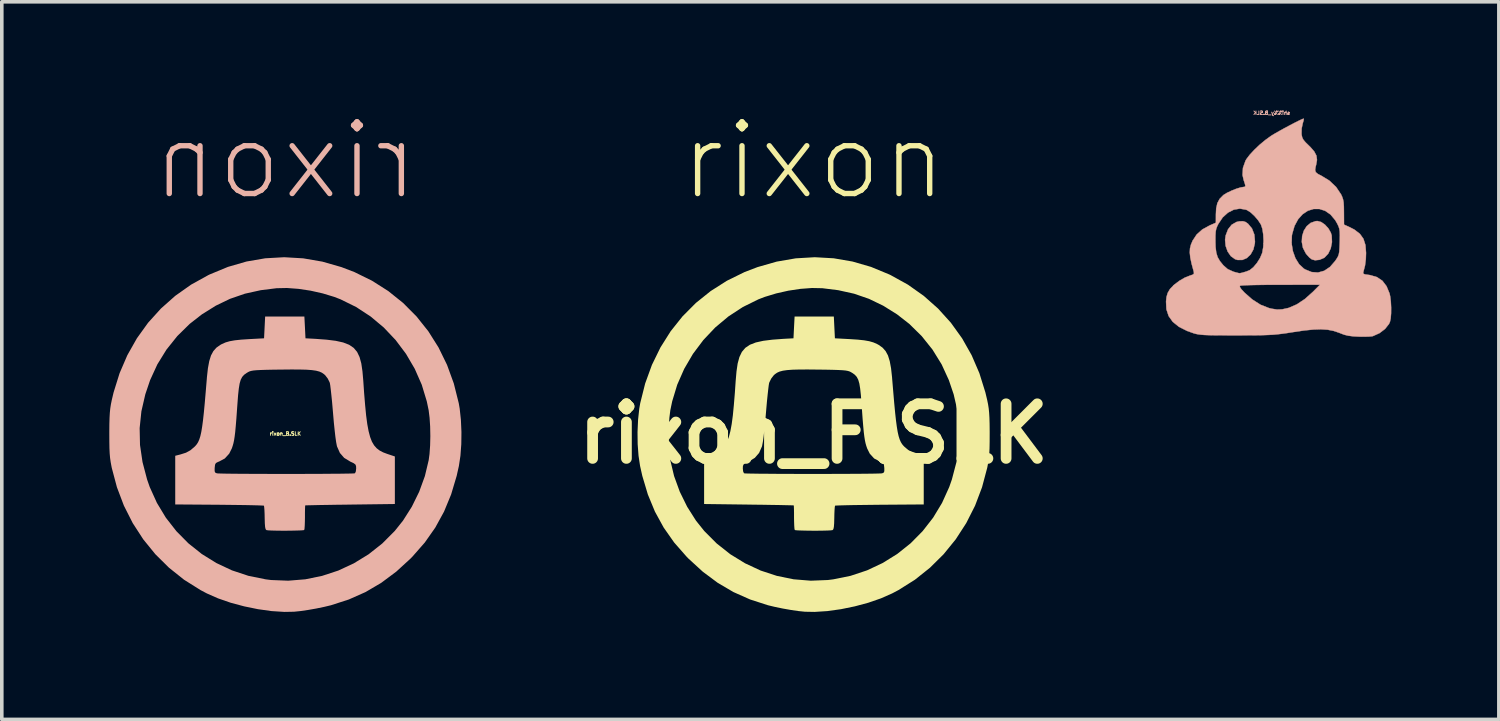
<source format=kicad_pcb>
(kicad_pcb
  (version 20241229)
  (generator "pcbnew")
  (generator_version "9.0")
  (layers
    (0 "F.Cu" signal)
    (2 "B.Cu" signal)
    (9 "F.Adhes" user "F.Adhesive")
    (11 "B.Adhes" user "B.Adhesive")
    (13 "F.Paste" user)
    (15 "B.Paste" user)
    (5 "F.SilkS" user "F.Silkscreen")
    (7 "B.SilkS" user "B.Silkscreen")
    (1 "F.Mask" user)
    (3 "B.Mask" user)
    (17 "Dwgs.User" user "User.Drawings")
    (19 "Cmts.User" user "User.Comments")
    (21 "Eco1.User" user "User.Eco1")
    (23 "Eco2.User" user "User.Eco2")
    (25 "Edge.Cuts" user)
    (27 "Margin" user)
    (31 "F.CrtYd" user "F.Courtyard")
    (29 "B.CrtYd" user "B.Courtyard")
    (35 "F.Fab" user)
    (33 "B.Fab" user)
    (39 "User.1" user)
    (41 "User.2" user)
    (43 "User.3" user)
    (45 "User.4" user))
  (footprint "shi%%y_B.SLK"
    (layer "F.Cu")
    (at 32.562 3.15)
    (property "Reference" "shi%%y_B.SLK" (at -0.127 -3.048 0) (layer "B.SilkS") (effects (font (size 0.1 0.1) (thickness 0.025)) (justify mirror)))
    (attr smd)
    (fp_poly (pts (xy -0.853 -0.005) (xy -0.784 0.044) (xy -0.674 0.177) (xy -0.608 0.347) (xy -0.591 0.543) (xy -0.595 0.593) (xy -0.635 0.762) (xy -0.712 0.9) (xy -0.817 1) (xy -0.941 1.054) (xy -1.075 1.055) (xy -1.148 1.032) (xy -1.264 0.948) (xy -1.353 0.82) (xy -1.409 0.663) (xy -1.425 0.492) (xy -1.408 0.371) (xy -1.342 0.199) (xy -1.241 0.072) (xy -1.109 -0.005) (xy -1.027 -0.023) (xy -0.926 -0.027) (xy -0.853 -0.005)) (stroke (width 0.01) (type solid)) (fill yes) (layer "B.SilkS"))
    (fp_poly (pts (xy 1.257 -0.004) (xy 1.363 0.07) (xy 1.458 0.174) (xy 1.526 0.293) (xy 1.55 0.373) (xy 1.558 0.557) (xy 1.524 0.731) (xy 1.453 0.879) (xy 1.351 0.987) (xy 1.338 0.995) (xy 1.212 1.05) (xy 1.086 1.063) (xy 0.997 1.039) (xy 0.932 0.99) (xy 0.858 0.91) (xy 0.825 0.866) (xy 0.747 0.713) (xy 0.716 0.55) (xy 0.726 0.388) (xy 0.773 0.238) (xy 0.854 0.111) (xy 0.965 0.019) (xy 1.101 -0.028) (xy 1.154 -0.032) (xy 1.257 -0.004)) (stroke (width 0.01) (type solid)) (fill yes) (layer "B.SilkS"))
    (fp_poly (pts (xy 0.726 -2.875) (xy 0.64 -2.835) (xy 0.522 -2.776) (xy 0.385 -2.704) (xy 0.239 -2.627) (xy 0.097 -2.548) (xy -0.03 -2.476) (xy -0.129 -2.416) (xy -0.146 -2.405) (xy -0.301 -2.293) (xy -0.46 -2.161) (xy -0.609 -2.019) (xy -0.736 -1.882) (xy -0.828 -1.761) (xy -0.854 -1.717) (xy -0.926 -1.515) (xy -0.938 -1.317) (xy -0.906 -1.175) (xy -0.872 -1.072) (xy -0.859 -1.014) (xy -0.869 -0.99) (xy -0.899 -0.984) (xy -0.902 -0.984) (xy -0.992 -0.969) (xy -1.115 -0.931) (xy -1.249 -0.877) (xy -1.373 -0.818) (xy -1.467 -0.76) (xy -1.475 -0.753) (xy -1.576 -0.651) (xy -1.64 -0.532) (xy -1.673 -0.383) (xy -1.681 -0.215) (xy -1.682 0.016) (xy -1.851 0.089) (xy -2.06 0.203) (xy -2.218 0.345) (xy -2.329 0.514) (xy -2.377 0.625) (xy -2.404 0.733) (xy -2.41 0.85) (xy -2.395 0.99) (xy -2.358 1.163) (xy -2.298 1.384) (xy -2.298 1.387) (xy -2.293 1.434) (xy -2.325 1.464) (xy -2.4 1.489) (xy -2.547 1.547) (xy -2.703 1.638) (xy -2.846 1.746) (xy -2.954 1.857) (xy -2.969 1.876) (xy -3.027 1.977) (xy -3.059 2.087) (xy -3.072 2.211) (xy -3.062 2.43) (xy -3 2.619) (xy -2.884 2.782) (xy -2.712 2.92) (xy -2.484 3.035) (xy -2.299 3.101) (xy -2.24 3.117) (xy -2.175 3.13) (xy -2.097 3.14) (xy -1.998 3.148) (xy -1.871 3.153) (xy -1.707 3.156) (xy -1.5 3.157) (xy -1.24 3.158) (xy -1.093 3.158) (xy -0.806 3.157) (xy -0.572 3.156) (xy -0.381 3.153) (xy -0.221 3.147) (xy -0.083 3.14) (xy 0.044 3.128) (xy 0.171 3.113) (xy 0.307 3.094) (xy 0.464 3.069) (xy 0.478 3.067) (xy 0.783 3.022) (xy 1.038 2.996) (xy 1.252 2.989) (xy 1.436 3.001) (xy 1.6 3.033) (xy 1.753 3.084) (xy 1.78 3.095) (xy 1.898 3.14) (xy 2.012 3.168) (xy 2.144 3.185) (xy 2.304 3.194) (xy 2.448 3.196) (xy 2.577 3.193) (xy 2.67 3.185) (xy 2.701 3.179) (xy 2.887 3.095) (xy 3.04 2.978) (xy 3.148 2.841) (xy 3.176 2.781) (xy 3.197 2.683) (xy 3.208 2.543) (xy 3.209 2.382) (xy 3.201 2.218) (xy 3.183 2.073) (xy 3.165 1.989) (xy 3.08 1.785) (xy 3.05 1.746) (xy 1.223 1.746) (xy 1.024 1.946) (xy 0.802 2.144) (xy 0.576 2.294) (xy 0.358 2.389) (xy 0.329 2.397) (xy 0.169 2.432) (xy 0.028 2.438) (xy -0.125 2.415) (xy -0.199 2.397) (xy -0.432 2.306) (xy -0.667 2.156) (xy -0.88 1.968) (xy -0.969 1.873) (xy -1.011 1.811) (xy -1.012 1.778) (xy -1.007 1.773) (xy -0.967 1.767) (xy -0.87 1.761) (xy -0.726 1.756) (xy -0.541 1.752) (xy -0.322 1.749) (xy -0.079 1.747) (xy 0.128 1.747) (xy 1.223 1.746) (xy 3.05 1.746) (xy 2.965 1.635) (xy 2.815 1.534) (xy 2.623 1.477) (xy 2.573 1.47) (xy 2.48 1.457) (xy 2.436 1.439) (xy 2.429 1.408) (xy 2.435 1.385) (xy 2.48 1.212) (xy 2.503 1.033) (xy 2.509 0.857) (xy 2.492 0.639) (xy 2.436 0.464) (xy 2.365 0.364) (xy 1.778 0.364) (xy 1.776 0.511) (xy 1.775 0.556) (xy 1.769 0.712) (xy 1.762 0.821) (xy 1.748 0.899) (xy 1.724 0.962) (xy 1.685 1.027) (xy 1.646 1.084) (xy 1.503 1.249) (xy 1.342 1.357) (xy 1.169 1.405) (xy 0.99 1.392) (xy 0.809 1.318) (xy 0.773 1.296) (xy 0.642 1.174) (xy 0.538 1.006) (xy 0.467 0.808) (xy 0.432 0.594) (xy 0.435 0.519) (xy -0.351 0.519) (xy -0.36 0.694) (xy -0.386 0.846) (xy -0.39 0.861) (xy -0.448 0.999) (xy -0.535 1.138) (xy -0.636 1.258) (xy -0.736 1.338) (xy -0.739 1.339) (xy -0.831 1.377) (xy -0.952 1.412) (xy -1.016 1.425) (xy -1.054 1.419) (xy -1.133 1.399) (xy -1.195 1.381) (xy -1.352 1.31) (xy -1.474 1.203) (xy -1.569 1.086) (xy -1.633 0.975) (xy -1.671 0.85) (xy -1.69 0.695) (xy -1.695 0.524) (xy -1.694 0.371) (xy -1.687 0.263) (xy -1.671 0.181) (xy -1.642 0.106) (xy -1.611 0.045) (xy -1.491 -0.134) (xy -1.345 -0.266) (xy -1.182 -0.349) (xy -1.011 -0.378) (xy -0.841 -0.348) (xy -0.815 -0.338) (xy -0.717 -0.277) (xy -0.608 -0.177) (xy -0.505 -0.057) (xy -0.425 0.065) (xy -0.423 0.07) (xy -0.384 0.186) (xy -0.36 0.342) (xy -0.351 0.519) (xy 0.435 0.519) (xy 0.439 0.377) (xy 0.447 0.332) (xy 0.513 0.104) (xy 0.613 -0.081) (xy 0.74 -0.223) (xy 0.887 -0.32) (xy 1.045 -0.368) (xy 1.208 -0.368) (xy 1.368 -0.317) (xy 1.517 -0.214) (xy 1.649 -0.056) (xy 1.705 0.041) (xy 1.74 0.115) (xy 1.763 0.183) (xy 1.775 0.261) (xy 1.778 0.364) (xy 2.365 0.364) (xy 2.335 0.324) (xy 2.183 0.207) (xy 2.034 0.131) (xy 1.894 0.068) (xy 1.892 -0.276) (xy 1.89 -0.436) (xy 1.883 -0.551) (xy 1.867 -0.637) (xy 1.841 -0.713) (xy 1.812 -0.775) (xy 1.673 -0.982) (xy 1.486 -1.159) (xy 1.275 -1.288) (xy 1.166 -1.345) (xy 1.106 -1.395) (xy 1.088 -1.455) (xy 1.101 -1.543) (xy 1.116 -1.6) (xy 1.14 -1.737) (xy 1.124 -1.857) (xy 1.063 -1.973) (xy 0.951 -2.101) (xy 0.916 -2.135) (xy 0.819 -2.23) (xy 0.76 -2.3) (xy 0.728 -2.363) (xy 0.712 -2.435) (xy 0.709 -2.468) (xy 0.712 -2.614) (xy 0.741 -2.753) (xy 0.741 -2.754) (xy 0.765 -2.834) (xy 0.772 -2.883) (xy 0.768 -2.889) (xy 0.726 -2.875)) (stroke (width 0.01) (type solid)) (fill yes) (layer "B.SilkS")))
  (footprint "rixon_F.SLK"
    (layer "F.Cu")
    (at 19.656 9.053)
    (property "Reference" "rixon_F.SLK" (at 0 0 0) (layer "F.SilkS") (effects (font (size 1.524 1.524) (thickness 0.3))))
    (attr board_only exclude_from_pos_files exclude_from_bom)
    (fp_poly (pts (xy 0.56 -4.895) (xy 1.083 -4.805) (xy 1.601 -4.655) (xy 2.111 -4.444) (xy 2.15 -4.425) (xy 2.631 -4.159) (xy 3.072 -3.847) (xy 3.472 -3.492) (xy 3.83 -3.096) (xy 4.142 -2.662) (xy 4.408 -2.192) (xy 4.625 -1.688) (xy 4.792 -1.153) (xy 4.842 -0.943) (xy 4.867 -0.82) (xy 4.885 -0.705) (xy 4.897 -0.585) (xy 4.905 -0.446) (xy 4.91 -0.276) (xy 4.912 -0.061) (xy 4.912 0) (xy 4.911 0.228) (xy 4.908 0.408) (xy 4.901 0.553) (xy 4.89 0.678) (xy 4.873 0.795) (xy 4.85 0.918) (xy 4.843 0.953) (xy 4.699 1.494) (xy 4.504 2.009) (xy 4.258 2.495) (xy 3.965 2.947) (xy 3.627 3.363) (xy 3.246 3.74) (xy 2.826 4.075) (xy 2.368 4.363) (xy 2.19 4.457) (xy 1.877 4.595) (xy 1.525 4.717) (xy 1.148 4.818) (xy 0.763 4.897) (xy 0.384 4.95) (xy 0.026 4.973) (xy -0.243 4.968) (xy -0.419 4.95) (xy -0.633 4.919) (xy -0.861 4.879) (xy -1.083 4.833) (xy -1.275 4.787) (xy -1.773 4.626) (xy -2.239 4.419) (xy -2.678 4.161) (xy -3.095 3.85) (xy -3.496 3.483) (xy -3.55 3.427) (xy -3.893 3.036) (xy -4.185 2.62) (xy -4.429 2.175) (xy -4.627 1.696) (xy -4.782 1.177) (xy -4.844 0.9) (xy -4.887 0.615) (xy -4.911 0.292) (xy -4.914 0.067) (xy -4.047 0.067) (xy -4.041 0.328) (xy -4.024 0.567) (xy -4.001 0.738) (xy -3.895 1.182) (xy -3.736 1.619) (xy -3.53 2.038) (xy -3.284 2.426) (xy -3.053 2.715) (xy -2.706 3.063) (xy -2.324 3.365) (xy -1.913 3.617) (xy -1.479 3.819) (xy -1.025 3.968) (xy -0.558 4.063) (xy -0.082 4.102) (xy 0.398 4.083) (xy 0.548 4.064) (xy 1.03 3.966) (xy 1.491 3.813) (xy 1.926 3.608) (xy 2.332 3.356) (xy 2.705 3.059) (xy 3.04 2.72) (xy 3.334 2.343) (xy 3.583 1.931) (xy 3.784 1.487) (xy 3.857 1.278) (xy 3.985 0.791) (xy 4.055 0.314) (xy 4.065 -0.157) (xy 4.016 -0.626) (xy 3.907 -1.099) (xy 3.773 -1.495) (xy 3.571 -1.935) (xy 3.317 -2.346) (xy 3.014 -2.725) (xy 2.668 -3.065) (xy 2.327 -3.331) (xy 1.939 -3.573) (xy 1.543 -3.764) (xy 1.128 -3.907) (xy 0.685 -4.005) (xy 0.243 -4.06) (xy -0.046 -4.066) (xy -0.368 -4.042) (xy -0.707 -3.991) (xy -1.045 -3.915) (xy -1.364 -3.818) (xy -1.541 -3.75) (xy -1.975 -3.536) (xy -2.379 -3.272) (xy -2.748 -2.963) (xy -3.079 -2.613) (xy -3.368 -2.228) (xy -3.612 -1.811) (xy -3.807 -1.368) (xy -3.948 -0.903) (xy -4 -0.654) (xy -4.026 -0.445) (xy -4.042 -0.198) (xy -4.047 0.067) (xy -4.914 0.067) (xy -4.915 -0.049) (xy -4.9 -0.387) (xy -4.866 -0.702) (xy -4.84 -0.852) (xy -4.702 -1.402) (xy -4.513 -1.921) (xy -4.275 -2.408) (xy -3.99 -2.86) (xy -3.66 -3.274) (xy -3.287 -3.649) (xy -2.873 -3.981) (xy -2.42 -4.269) (xy -1.93 -4.51) (xy -1.567 -4.649) (xy -1.033 -4.802) (xy -0.499 -4.894) (xy 0.032 -4.925)) (stroke (width 0) (type solid)) (fill yes) (layer "F.SilkS"))
    (fp_poly (pts (xy 0.578 -2.966) (xy 0.593 -2.662) (xy 1.004 -2.64) (xy 1.231 -2.625) (xy 1.41 -2.606) (xy 1.551 -2.581) (xy 1.666 -2.548) (xy 1.767 -2.504) (xy 1.816 -2.477) (xy 1.923 -2.401) (xy 2.008 -2.305) (xy 2.074 -2.183) (xy 2.123 -2.025) (xy 2.16 -1.825) (xy 2.188 -1.572) (xy 2.19 -1.541) (xy 2.221 -1.171) (xy 2.248 -0.856) (xy 2.273 -0.592) (xy 2.297 -0.373) (xy 2.321 -0.193) (xy 2.345 -0.048) (xy 2.371 0.067) (xy 2.4 0.159) (xy 2.432 0.232) (xy 2.468 0.291) (xy 2.51 0.341) (xy 2.533 0.364) (xy 2.648 0.462) (xy 2.772 0.53) (xy 2.93 0.58) (xy 2.931 0.58) (xy 3.072 0.616) (xy 3.072 1.974) (xy 1.843 1.983) (xy 1.575 1.986) (xy 1.327 1.989) (xy 1.104 1.992) (xy 0.914 1.996) (xy 0.763 2) (xy 0.657 2.004) (xy 0.603 2.007) (xy 0.597 2.009) (xy 0.59 2.044) (xy 0.583 2.127) (xy 0.578 2.244) (xy 0.576 2.349) (xy 0.572 2.501) (xy 0.564 2.602) (xy 0.551 2.661) (xy 0.531 2.688) (xy 0.526 2.69) (xy 0.48 2.697) (xy 0.387 2.702) (xy 0.261 2.705) (xy 0.113 2.707) (xy -0.043 2.707) (xy -0.196 2.705) (xy -0.333 2.702) (xy -0.442 2.698) (xy -0.511 2.692) (xy -0.527 2.687) (xy -0.536 2.65) (xy -0.542 2.566) (xy -0.546 2.447) (xy -0.548 2.337) (xy -0.548 2.203) (xy -0.55 2.094) (xy -0.553 2.022) (xy -0.555 2.001) (xy -0.586 1.999) (xy -0.672 1.997) (xy -0.805 1.994) (xy -0.98 1.99) (xy -1.19 1.987) (xy -1.429 1.983) (xy -1.691 1.98) (xy -1.81 1.978) (xy -3.057 1.962) (xy -3.057 0.97) (xy -1.977 0.97) (xy -1.968 1.052) (xy -1.946 1.101) (xy -1.939 1.105) (xy -1.901 1.109) (xy -1.809 1.112) (xy -1.668 1.114) (xy -1.486 1.117) (xy -1.268 1.118) (xy -1.022 1.12) (xy -0.753 1.121) (xy -0.467 1.122) (xy -0.172 1.122) (xy 0.126 1.122) (xy 0.421 1.122) (xy 0.707 1.121) (xy 0.978 1.12) (xy 1.226 1.119) (xy 1.445 1.117) (xy 1.63 1.115) (xy 1.773 1.112) (xy 1.869 1.109) (xy 1.91 1.106) (xy 1.954 1.087) (xy 1.972 1.048) (xy 1.972 0.971) (xy 1.971 0.951) (xy 1.961 0.865) (xy 1.936 0.818) (xy 1.879 0.788) (xy 1.845 0.775) (xy 1.688 0.691) (xy 1.566 0.557) (xy 1.493 0.411) (xy 1.469 0.341) (xy 1.448 0.267) (xy 1.43 0.182) (xy 1.414 0.079) (xy 1.398 -0.05) (xy 1.383 -0.213) (xy 1.366 -0.417) (xy 1.348 -0.67) (xy 1.336 -0.836) (xy 1.318 -1.074) (xy 1.298 -1.259) (xy 1.275 -1.4) (xy 1.244 -1.506) (xy 1.203 -1.585) (xy 1.149 -1.645) (xy 1.079 -1.695) (xy 1.033 -1.722) (xy 0.995 -1.74) (xy 0.949 -1.753) (xy 0.887 -1.764) (xy 0.8 -1.772) (xy 0.682 -1.778) (xy 0.525 -1.783) (xy 0.32 -1.787) (xy 0.131 -1.789) (xy -0.161 -1.792) (xy -0.399 -1.791) (xy -0.59 -1.786) (xy -0.741 -1.775) (xy -0.859 -1.758) (xy -0.95 -1.734) (xy -1.021 -1.702) (xy -1.08 -1.661) (xy -1.114 -1.63) (xy -1.184 -1.539) (xy -1.235 -1.436) (xy -1.243 -1.413) (xy -1.254 -1.349) (xy -1.268 -1.235) (xy -1.285 -1.08) (xy -1.304 -0.895) (xy -1.322 -0.689) (xy -1.334 -0.548) (xy -1.354 -0.316) (xy -1.376 -0.103) (xy -1.397 0.083) (xy -1.418 0.231) (xy -1.437 0.331) (xy -1.443 0.356) (xy -1.523 0.537) (xy -1.642 0.674) (xy -1.807 0.775) (xy -1.816 0.78) (xy -1.907 0.823) (xy -1.955 0.858) (xy -1.974 0.903) (xy -1.977 0.97) (xy -3.057 0.97) (xy -3.057 0.635) (xy -2.845 0.564) (xy -2.731 0.521) (xy -2.633 0.47) (xy -2.549 0.406) (xy -2.478 0.325) (xy -2.417 0.222) (xy -2.367 0.092) (xy -2.324 -0.071) (xy -2.287 -0.27) (xy -2.255 -0.511) (xy -2.227 -0.8) (xy -2.199 -1.139) (xy -2.176 -1.475) (xy -2.153 -1.739) (xy -2.121 -1.959) (xy -2.072 -2.139) (xy -2.003 -2.283) (xy -1.907 -2.396) (xy -1.78 -2.482) (xy -1.615 -2.546) (xy -1.408 -2.592) (xy -1.153 -2.624) (xy -0.845 -2.647) (xy -0.715 -2.654) (xy -0.563 -2.662) (xy -0.548 -2.966) (xy -0.532 -3.27) (xy 0.563 -3.27)) (stroke (width 0) (type solid)) (fill yes) (layer "F.SilkS"))
    (fp_text user "rixon" (at 0 -7.62 0) (unlocked yes) (layer "F.SilkS") (effects (font (size 2 2) (thickness 0.15)))))
  (footprint "rixon_B.SLK"
    (layer "F.Cu")
    (at 4.912 9.053)
    (property "Reference" "rixon_B.SLK" (at 0 0 0) (layer "F.SilkS") (effects (font (size 0.1 0.1) (thickness 0.025))))
    (attr board_only exclude_from_pos_files exclude_from_bom)
    (fp_poly (pts (xy -0.56 -4.895) (xy -1.083 -4.805) (xy -1.601 -4.655) (xy -2.111 -4.444) (xy -2.15 -4.425) (xy -2.631 -4.159) (xy -3.072 -3.847) (xy -3.472 -3.492) (xy -3.83 -3.096) (xy -4.142 -2.662) (xy -4.408 -2.192) (xy -4.625 -1.688) (xy -4.792 -1.153) (xy -4.842 -0.943) (xy -4.867 -0.82) (xy -4.885 -0.705) (xy -4.897 -0.585) (xy -4.905 -0.446) (xy -4.91 -0.276) (xy -4.912 -0.061) (xy -4.912 0) (xy -4.911 0.228) (xy -4.908 0.408) (xy -4.901 0.553) (xy -4.89 0.678) (xy -4.873 0.795) (xy -4.85 0.918) (xy -4.843 0.953) (xy -4.699 1.494) (xy -4.504 2.009) (xy -4.258 2.495) (xy -3.965 2.947) (xy -3.627 3.363) (xy -3.246 3.74) (xy -2.826 4.075) (xy -2.368 4.363) (xy -2.19 4.457) (xy -1.877 4.595) (xy -1.525 4.717) (xy -1.148 4.818) (xy -0.763 4.897) (xy -0.384 4.95) (xy -0.026 4.973) (xy 0.243 4.968) (xy 0.419 4.95) (xy 0.633 4.919) (xy 0.861 4.879) (xy 1.083 4.833) (xy 1.275 4.787) (xy 1.773 4.626) (xy 2.239 4.419) (xy 2.678 4.161) (xy 3.095 3.85) (xy 3.496 3.483) (xy 3.55 3.427) (xy 3.893 3.036) (xy 4.185 2.62) (xy 4.429 2.175) (xy 4.627 1.696) (xy 4.782 1.177) (xy 4.844 0.9) (xy 4.887 0.615) (xy 4.911 0.292) (xy 4.914 0.067) (xy 4.047 0.067) (xy 4.041 0.328) (xy 4.024 0.567) (xy 4.001 0.738) (xy 3.895 1.182) (xy 3.736 1.619) (xy 3.53 2.038) (xy 3.284 2.426) (xy 3.053 2.715) (xy 2.706 3.063) (xy 2.324 3.365) (xy 1.913 3.617) (xy 1.479 3.819) (xy 1.025 3.968) (xy 0.558 4.063) (xy 0.082 4.102) (xy -0.398 4.083) (xy -0.548 4.064) (xy -1.03 3.966) (xy -1.491 3.813) (xy -1.926 3.608) (xy -2.332 3.356) (xy -2.705 3.059) (xy -3.04 2.72) (xy -3.334 2.343) (xy -3.583 1.931) (xy -3.784 1.487) (xy -3.857 1.278) (xy -3.985 0.791) (xy -4.055 0.314) (xy -4.065 -0.157) (xy -4.016 -0.626) (xy -3.907 -1.099) (xy -3.773 -1.495) (xy -3.571 -1.935) (xy -3.317 -2.346) (xy -3.014 -2.725) (xy -2.668 -3.065) (xy -2.327 -3.331) (xy -1.939 -3.573) (xy -1.543 -3.764) (xy -1.128 -3.907) (xy -0.685 -4.005) (xy -0.243 -4.06) (xy 0.046 -4.066) (xy 0.368 -4.042) (xy 0.707 -3.991) (xy 1.045 -3.915) (xy 1.364 -3.818) (xy 1.541 -3.75) (xy 1.975 -3.536) (xy 2.379 -3.272) (xy 2.748 -2.963) (xy 3.079 -2.613) (xy 3.368 -2.228) (xy 3.612 -1.811) (xy 3.807 -1.368) (xy 3.948 -0.903) (xy 4 -0.654) (xy 4.026 -0.445) (xy 4.042 -0.198) (xy 4.047 0.067) (xy 4.914 0.067) (xy 4.915 -0.049) (xy 4.9 -0.387) (xy 4.866 -0.702) (xy 4.84 -0.852) (xy 4.702 -1.402) (xy 4.513 -1.921) (xy 4.275 -2.408) (xy 3.99 -2.86) (xy 3.66 -3.274) (xy 3.287 -3.649) (xy 2.873 -3.981) (xy 2.42 -4.269) (xy 1.93 -4.51) (xy 1.567 -4.649) (xy 1.033 -4.802) (xy 0.499 -4.894) (xy -0.032 -4.925)) (stroke (width 0) (type solid)) (fill yes) (layer "B.SilkS"))
    (fp_poly (pts (xy -0.578 -2.966) (xy -0.593 -2.662) (xy -1.004 -2.64) (xy -1.231 -2.625) (xy -1.41 -2.606) (xy -1.551 -2.581) (xy -1.666 -2.548) (xy -1.767 -2.504) (xy -1.816 -2.477) (xy -1.923 -2.401) (xy -2.008 -2.305) (xy -2.074 -2.183) (xy -2.123 -2.025) (xy -2.16 -1.825) (xy -2.188 -1.572) (xy -2.19 -1.541) (xy -2.221 -1.171) (xy -2.248 -0.856) (xy -2.273 -0.592) (xy -2.297 -0.373) (xy -2.321 -0.193) (xy -2.345 -0.048) (xy -2.371 0.067) (xy -2.4 0.159) (xy -2.432 0.232) (xy -2.468 0.291) (xy -2.51 0.341) (xy -2.533 0.364) (xy -2.648 0.462) (xy -2.772 0.53) (xy -2.93 0.58) (xy -2.931 0.58) (xy -3.072 0.616) (xy -3.072 1.974) (xy -1.843 1.983) (xy -1.575 1.986) (xy -1.327 1.989) (xy -1.104 1.992) (xy -0.914 1.996) (xy -0.763 2) (xy -0.657 2.004) (xy -0.603 2.007) (xy -0.597 2.009) (xy -0.59 2.044) (xy -0.583 2.127) (xy -0.578 2.244) (xy -0.576 2.349) (xy -0.572 2.501) (xy -0.564 2.602) (xy -0.551 2.661) (xy -0.531 2.688) (xy -0.526 2.69) (xy -0.48 2.697) (xy -0.387 2.702) (xy -0.261 2.705) (xy -0.113 2.707) (xy 0.043 2.707) (xy 0.196 2.705) (xy 0.333 2.702) (xy 0.442 2.698) (xy 0.511 2.692) (xy 0.527 2.687) (xy 0.536 2.65) (xy 0.542 2.566) (xy 0.546 2.447) (xy 0.548 2.337) (xy 0.548 2.203) (xy 0.55 2.094) (xy 0.553 2.022) (xy 0.555 2.001) (xy 0.586 1.999) (xy 0.672 1.997) (xy 0.805 1.994) (xy 0.98 1.99) (xy 1.19 1.987) (xy 1.429 1.983) (xy 1.691 1.98) (xy 1.81 1.978) (xy 3.057 1.962) (xy 3.057 0.97) (xy 1.977 0.97) (xy 1.968 1.052) (xy 1.946 1.101) (xy 1.939 1.105) (xy 1.901 1.109) (xy 1.809 1.112) (xy 1.668 1.114) (xy 1.486 1.117) (xy 1.268 1.118) (xy 1.022 1.12) (xy 0.753 1.121) (xy 0.467 1.122) (xy 0.172 1.122) (xy -0.126 1.122) (xy -0.421 1.122) (xy -0.707 1.121) (xy -0.978 1.12) (xy -1.226 1.119) (xy -1.445 1.117) (xy -1.63 1.115) (xy -1.773 1.112) (xy -1.869 1.109) (xy -1.91 1.106) (xy -1.954 1.087) (xy -1.972 1.048) (xy -1.972 0.971) (xy -1.971 0.951) (xy -1.961 0.865) (xy -1.936 0.818) (xy -1.879 0.788) (xy -1.845 0.775) (xy -1.688 0.691) (xy -1.566 0.557) (xy -1.493 0.411) (xy -1.469 0.341) (xy -1.448 0.267) (xy -1.43 0.182) (xy -1.414 0.079) (xy -1.398 -0.05) (xy -1.383 -0.213) (xy -1.366 -0.417) (xy -1.348 -0.67) (xy -1.336 -0.836) (xy -1.318 -1.074) (xy -1.298 -1.259) (xy -1.275 -1.4) (xy -1.244 -1.506) (xy -1.203 -1.585) (xy -1.149 -1.645) (xy -1.079 -1.695) (xy -1.033 -1.722) (xy -0.995 -1.74) (xy -0.949 -1.753) (xy -0.887 -1.764) (xy -0.8 -1.772) (xy -0.682 -1.778) (xy -0.525 -1.783) (xy -0.32 -1.787) (xy -0.131 -1.789) (xy 0.161 -1.792) (xy 0.399 -1.791) (xy 0.59 -1.786) (xy 0.741 -1.775) (xy 0.859 -1.758) (xy 0.95 -1.734) (xy 1.021 -1.702) (xy 1.08 -1.661) (xy 1.114 -1.63) (xy 1.184 -1.539) (xy 1.235 -1.436) (xy 1.243 -1.413) (xy 1.254 -1.349) (xy 1.268 -1.235) (xy 1.285 -1.08) (xy 1.304 -0.895) (xy 1.322 -0.689) (xy 1.334 -0.548) (xy 1.354 -0.316) (xy 1.376 -0.103) (xy 1.397 0.083) (xy 1.418 0.231) (xy 1.437 0.331) (xy 1.443 0.356) (xy 1.523 0.537) (xy 1.642 0.674) (xy 1.807 0.775) (xy 1.816 0.78) (xy 1.907 0.823) (xy 1.955 0.858) (xy 1.974 0.903) (xy 1.977 0.97) (xy 3.057 0.97) (xy 3.057 0.635) (xy 2.845 0.564) (xy 2.731 0.521) (xy 2.633 0.47) (xy 2.549 0.406) (xy 2.478 0.325) (xy 2.417 0.222) (xy 2.367 0.092) (xy 2.324 -0.071) (xy 2.287 -0.27) (xy 2.255 -0.511) (xy 2.227 -0.8) (xy 2.199 -1.139) (xy 2.176 -1.475) (xy 2.153 -1.739) (xy 2.121 -1.959) (xy 2.072 -2.139) (xy 2.003 -2.283) (xy 1.907 -2.396) (xy 1.78 -2.482) (xy 1.615 -2.546) (xy 1.408 -2.592) (xy 1.153 -2.624) (xy 0.845 -2.647) (xy 0.715 -2.654) (xy 0.563 -2.662) (xy 0.548 -2.966) (xy 0.532 -3.27) (xy -0.563 -3.27)) (stroke (width 0) (type solid)) (fill yes) (layer "B.SilkS"))
    (fp_text user "rixon" (at 0 -7.62 0) (unlocked yes) (layer "B.SilkS") (effects (font (size 2 2) (thickness 0.15)) (justify mirror))))
  (gr_rect
    (start -3 -3)
    (end 38.777 17.026)
    (stroke (width 0.1) (type default))
    (fill no)
    (layer "Edge.Cuts")))
</source>
